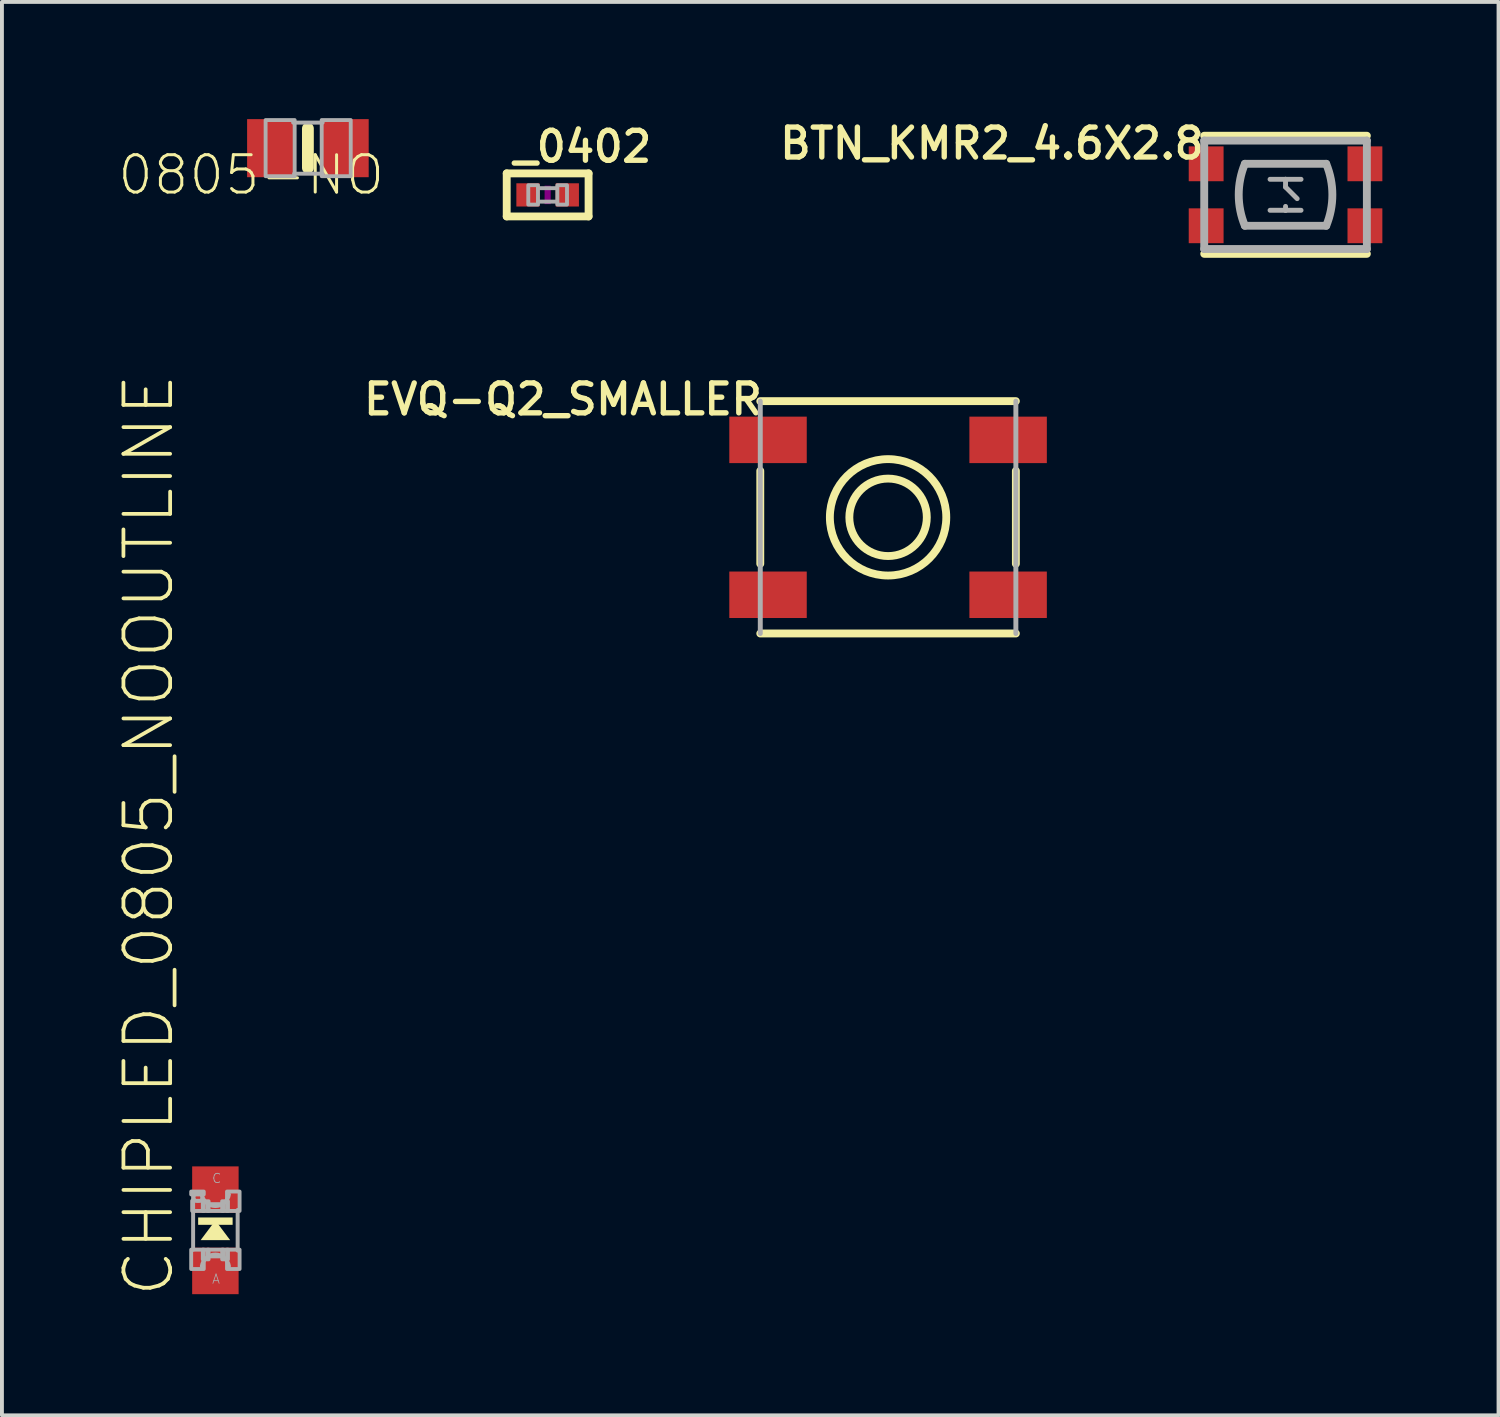
<source format=kicad_pcb>
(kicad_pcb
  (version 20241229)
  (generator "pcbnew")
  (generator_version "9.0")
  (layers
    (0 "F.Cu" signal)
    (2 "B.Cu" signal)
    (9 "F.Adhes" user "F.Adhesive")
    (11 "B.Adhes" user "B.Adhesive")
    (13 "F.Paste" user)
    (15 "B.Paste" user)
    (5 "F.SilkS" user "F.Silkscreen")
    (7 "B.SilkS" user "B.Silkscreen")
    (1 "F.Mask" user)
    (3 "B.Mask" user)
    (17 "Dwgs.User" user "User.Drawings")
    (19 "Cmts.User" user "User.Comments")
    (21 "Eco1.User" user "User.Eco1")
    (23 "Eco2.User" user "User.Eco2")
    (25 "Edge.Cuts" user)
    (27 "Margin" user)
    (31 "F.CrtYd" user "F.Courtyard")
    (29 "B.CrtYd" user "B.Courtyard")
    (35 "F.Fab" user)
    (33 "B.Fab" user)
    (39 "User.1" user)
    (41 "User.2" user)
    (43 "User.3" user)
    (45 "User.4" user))
  (footprint "CHIPLED_0805_NOOUTLINE"
    (layer "F.Cu")
    (at 2.512 28.72)
    (property "Reference" "CHIPLED_0805_NOOUTLINE" (at -1.016 1.778 90) (layer "F.SilkS") (effects (font (size 1.206 1.206) (thickness 0.097)) (justify left bottom)))
    (attr through_hole)
    (fp_poly (pts (xy 0 -0.254) (xy -0.381 0.254) (xy 0.381 0.254)) (stroke (width 0) (type solid)) (fill yes) (layer "F.SilkS"))
    (fp_poly (pts (xy -0.445 -0.141) (xy 0.445 -0.141) (xy 0.445 -0.331) (xy -0.445 -0.331)) (stroke (width 0) (type solid)) (fill yes) (layer "F.SilkS"))
    (fp_line (start -0.575 0.5) (end -0.575 -0.925) (stroke (width 0.102) (type solid)) (layer "F.Fab"))
    (fp_line (start 0.575 -0.525) (end 0.575 0.525) (stroke (width 0.102) (type solid)) (layer "F.Fab"))
    (fp_arc (start -0.35 0.925) (mid -0.000001 0.625027) (end 0.35 0.924998) (stroke (width 0.1016) (type solid)) (layer "F.Fab"))
    (fp_arc (start 0.35 -0.924998) (mid -0.000001 -0.625027) (end -0.35 -0.925) (stroke (width 0.1016) (type solid)) (layer "F.Fab"))
    (fp_circle (center -0.45 -0.85) (end -0.347 -0.85) (stroke (width 0.076) (type solid)) (fill no) (layer "F.Fab"))
    (fp_poly (pts (xy -0.625 -0.925) (xy -0.3 -0.925) (xy -0.3 -1) (xy -0.625 -1)) (stroke (width 0.1) (type solid)) (fill no) (layer "F.Fab"))
    (fp_poly (pts (xy -0.625 1) (xy -0.3 1) (xy -0.3 0.5) (xy -0.625 0.5)) (stroke (width 0.1) (type solid)) (fill no) (layer "F.Fab"))
    (fp_poly (pts (xy -0.6 -0.5) (xy -0.3 -0.5) (xy -0.3 -0.762) (xy -0.6 -0.762)) (stroke (width 0.1) (type solid)) (fill no) (layer "F.Fab"))
    (fp_poly (pts (xy -0.325 -0.5) (xy -0.175 -0.5) (xy -0.175 -0.75) (xy -0.325 -0.75)) (stroke (width 0.1) (type solid)) (fill no) (layer "F.Fab"))
    (fp_poly (pts (xy -0.325 0.75) (xy -0.175 0.75) (xy -0.175 0.5) (xy -0.325 0.5)) (stroke (width 0.1) (type solid)) (fill no) (layer "F.Fab"))
    (fp_poly (pts (xy -0.2 -0.5) (xy 0.2 -0.5) (xy 0.2 -0.675) (xy -0.2 -0.675)) (stroke (width 0.1) (type solid)) (fill no) (layer "F.Fab"))
    (fp_poly (pts (xy -0.2 0.675) (xy 0.2 0.675) (xy 0.2 0.5) (xy -0.2 0.5)) (stroke (width 0.1) (type solid)) (fill no) (layer "F.Fab"))
    (fp_poly (pts (xy 0.175 -0.5) (xy 0.325 -0.5) (xy 0.325 -0.75) (xy 0.175 -0.75)) (stroke (width 0.1) (type solid)) (fill no) (layer "F.Fab"))
    (fp_poly (pts (xy 0.175 0.75) (xy 0.325 0.75) (xy 0.325 0.5) (xy 0.175 0.5)) (stroke (width 0.1) (type solid)) (fill no) (layer "F.Fab"))
    (fp_poly (pts (xy 0.3 -0.5) (xy 0.625 -0.5) (xy 0.625 -1) (xy 0.3 -1)) (stroke (width 0.1) (type solid)) (fill no) (layer "F.Fab"))
    (fp_poly (pts (xy 0.3 1) (xy 0.625 1) (xy 0.625 0.5) (xy 0.3 0.5)) (stroke (width 0.1) (type solid)) (fill no) (layer "F.Fab"))
    (fp_text user "C" (at -0.1 -1.2 0) (layer "F.Fab") (effects (font (size 0.241 0.241) (thickness 0.02)) (justify left bottom)))
    (fp_text user "A" (at -0.1 1.4 0) (layer "F.Fab") (effects (font (size 0.241 0.241) (thickness 0.02)) (justify left bottom)))
    (pad "A" smd rect (at 0 1.05) (size 1.2 1.2) (layers "F.Cu" "F.Mask" "F.Paste"))
    (pad "C" smd rect (at 0 -1.05) (size 1.2 1.2) (layers "F.Cu" "F.Mask" "F.Paste")))
  (footprint "BTN_KMR2_4.6X2.8"
    (layer "F.Cu")
    (at 30.147 1.98)
    (property "Reference" "BTN_KMR2_4.6X2.8" (at -2.032 -1.778 180) (layer "F.SilkS") (effects (font (size 0.772 0.772) (thickness 0.139)) (justify right top)))
    (attr through_hole)
    (fp_line (start -2.1 -1.525) (end 2.1 -1.525) (stroke (width 0.203) (type solid)) (layer "F.SilkS"))
    (fp_line (start 2.1 1.525) (end -2.1 1.525) (stroke (width 0.203) (type solid)) (layer "F.SilkS"))
    (fp_line (start -2.1 -1.4) (end 2.1 -1.4) (stroke (width 0.203) (type solid)) (layer "F.Fab"))
    (fp_line (start -2.1 1.4) (end -2.1 -1.4) (stroke (width 0.203) (type solid)) (layer "F.Fab"))
    (fp_line (start -1.05 -0.8) (end 1.05 -0.8) (stroke (width 0.203) (type solid)) (layer "F.Fab"))
    (fp_line (start -0.4 -0.4) (end 0 -0.4) (stroke (width 0.127) (type solid)) (layer "F.Fab"))
    (fp_line (start -0.4 0.4) (end 0 0.4) (stroke (width 0.127) (type solid)) (layer "F.Fab"))
    (fp_line (start 0 -0.4) (end 0 -0.2) (stroke (width 0.127) (type solid)) (layer "F.Fab"))
    (fp_line (start 0 -0.4) (end 0.4 -0.4) (stroke (width 0.127) (type solid)) (layer "F.Fab"))
    (fp_line (start 0 -0.2) (end 0.3 0.1) (stroke (width 0.127) (type solid)) (layer "F.Fab"))
    (fp_line (start 0 0.4) (end 0 0.3) (stroke (width 0.127) (type solid)) (layer "F.Fab"))
    (fp_line (start 0 0.4) (end 0.4 0.4) (stroke (width 0.127) (type solid)) (layer "F.Fab"))
    (fp_line (start 1.05 0.8) (end -1.05 0.8) (stroke (width 0.203) (type solid)) (layer "F.Fab"))
    (fp_line (start 2.1 -1.4) (end 2.1 1.4) (stroke (width 0.203) (type solid)) (layer "F.Fab"))
    (fp_line (start 2.1 1.4) (end -2.1 1.4) (stroke (width 0.203) (type solid)) (layer "F.Fab"))
    (fp_arc (start -1.05 0.8) (mid -1.209128 0) (end -1.05 -0.799999) (stroke (width 0.2032) (type solid)) (layer "F.Fab"))
    (fp_arc (start 1.05 -0.8) (mid 1.209128 0) (end 1.05 0.799999) (stroke (width 0.2032) (type solid)) (layer "F.Fab"))
    (pad "A" smd rect (at 2.05 -0.8) (size 0.9 0.9) (layers "F.Cu" "F.Mask" "F.Paste"))
    (pad "A'" smd rect (at -2.05 -0.8) (size 0.9 0.9) (layers "F.Cu" "F.Mask" "F.Paste"))
    (pad "B" smd rect (at 2.05 0.8) (size 0.9 0.9) (layers "F.Cu" "F.Mask" "F.Paste"))
    (pad "B'" smd rect (at -2.05 0.8) (size 0.9 0.9) (layers "F.Cu" "F.Mask" "F.Paste")))
  (footprint "_0402"
    (layer "F.Cu")
    (at 11.092 1.983)
    (property "Reference" "_0402" (at -0.953 -0.794 0) (layer "F.SilkS") (effects (font (size 0.772 0.772) (thickness 0.139)) (justify left bottom)))
    (attr through_hole)
    (fp_line (start -1.057 -0.556) (end 1.057 -0.556) (stroke (width 0.203) (type solid)) (layer "F.SilkS"))
    (fp_line (start -1.057 0.556) (end -1.057 -0.556) (stroke (width 0.203) (type solid)) (layer "F.SilkS"))
    (fp_line (start 1.057 -0.556) (end 1.057 0.556) (stroke (width 0.203) (type solid)) (layer "F.SilkS"))
    (fp_line (start 1.057 0.556) (end -1.057 0.556) (stroke (width 0.203) (type solid)) (layer "F.SilkS"))
    (fp_poly (pts (xy -0.079 0.238) (xy 0.079 0.238) (xy 0.079 -0.238) (xy -0.079 -0.238)) (stroke (width 0) (type solid)) (fill yes) (layer "F.Adhes"))
    (fp_line (start -0.245 -0.174) (end 0.245 -0.174) (stroke (width 0.102) (type solid)) (layer "F.Fab"))
    (fp_line (start 0.245 0.174) (end -0.245 0.174) (stroke (width 0.102) (type solid)) (layer "F.Fab"))
    (fp_poly (pts (xy -0.5 0.25) (xy -0.25 0.25) (xy -0.25 -0.25) (xy -0.5 -0.25)) (stroke (width 0.1) (type solid)) (fill no) (layer "F.Fab"))
    (fp_poly (pts (xy 0.25 0.25) (xy 0.5 0.25) (xy 0.5 -0.25) (xy 0.25 -0.25)) (stroke (width 0.1) (type solid)) (fill no) (layer "F.Fab"))
    (pad "1" smd rect (at -0.508 0) (size 0.6 0.6) (layers "F.Cu" "F.Mask" "F.Paste"))
    (pad "2" smd rect (at 0.508 0) (size 0.6 0.6) (layers "F.Cu" "F.Mask" "F.Paste")))
  (footprint "EVQ-Q2_SMALLER"
    (layer "F.Cu")
    (at 19.883 10.309)
    (property "Reference" "EVQ-Q2_SMALLER" (at -3.175 -3.5 180) (layer "F.SilkS") (effects (font (size 0.772 0.772) (thickness 0.139)) (justify right top)))
    (attr through_hole)
    (fp_line (start -3.3 -3) (end 3.3 -3) (stroke (width 0.203) (type solid)) (layer "F.SilkS"))
    (fp_line (start -3.3 1.2) (end -3.3 -1.2) (stroke (width 0.203) (type solid)) (layer "F.SilkS"))
    (fp_line (start 3.3 -1.2) (end 3.3 1.2) (stroke (width 0.203) (type solid)) (layer "F.SilkS"))
    (fp_line (start 3.3 3) (end -3.3 3) (stroke (width 0.203) (type solid)) (layer "F.SilkS"))
    (fp_circle (center 0 0) (end 1 0) (stroke (width 0.203) (type solid)) (fill no) (layer "F.SilkS"))
    (fp_circle (center 0 0) (end 1.503 0) (stroke (width 0.203) (type solid)) (fill no) (layer "F.SilkS"))
    (fp_line (start -3.3 3) (end -3.3 -3) (stroke (width 0.127) (type solid)) (layer "F.Fab"))
    (fp_line (start 3.3 -3) (end 3.3 3) (stroke (width 0.127) (type solid)) (layer "F.Fab"))
    (pad "A" smd rect (at -3.1 2) (size 2 1.2) (layers "F.Cu" "F.Mask" "F.Paste"))
    (pad "A'" smd rect (at 3.1 2) (size 2 1.2) (layers "F.Cu" "F.Mask" "F.Paste"))
    (pad "B" smd rect (at -3.1 -2) (size 2 1.2) (layers "F.Cu" "F.Mask" "F.Paste"))
    (pad "B'" smd rect (at 3.1 -2) (size 2 1.2) (layers "F.Cu" "F.Mask" "F.Paste")))
  (footprint "0805-NO"
    (layer "F.Cu")
    (at 4.901 0.776)
    (property "Reference" "0805-NO" (at 2.032 0.127 180) (layer "F.SilkS") (effects (font (size 0.965 0.965) (thickness 0.077)) (justify right top)))
    (attr through_hole)
    (fp_line (start 0 -0.508) (end 0 0.508) (stroke (width 0.305) (type solid)) (layer "F.SilkS"))
    (fp_line (start -0.381 -0.66) (end 0.381 -0.66) (stroke (width 0.102) (type solid)) (layer "F.Fab"))
    (fp_line (start -0.356 0.66) (end 0.381 0.66) (stroke (width 0.102) (type solid)) (layer "F.Fab"))
    (fp_poly (pts (xy -1.092 0.724) (xy -0.342 0.724) (xy -0.342 -0.726) (xy -1.092 -0.726)) (stroke (width 0.1) (type solid)) (fill no) (layer "F.Fab"))
    (fp_poly (pts (xy 0.356 0.724) (xy 1.106 0.724) (xy 1.106 -0.726) (xy 0.356 -0.726)) (stroke (width 0.1) (type solid)) (fill no) (layer "F.Fab"))
    (pad "1" smd rect (at -0.95 0) (size 1.24 1.5) (layers "F.Cu" "F.Mask" "F.Paste"))
    (pad "2" smd rect (at 0.95 0) (size 1.24 1.5) (layers "F.Cu" "F.Mask" "F.Paste")))
  (gr_rect
    (start -3 -3)
    (end 35.647 33.498)
    (stroke (width 0.1) (type default))
    (fill no)
    (layer "Edge.Cuts")))
</source>
